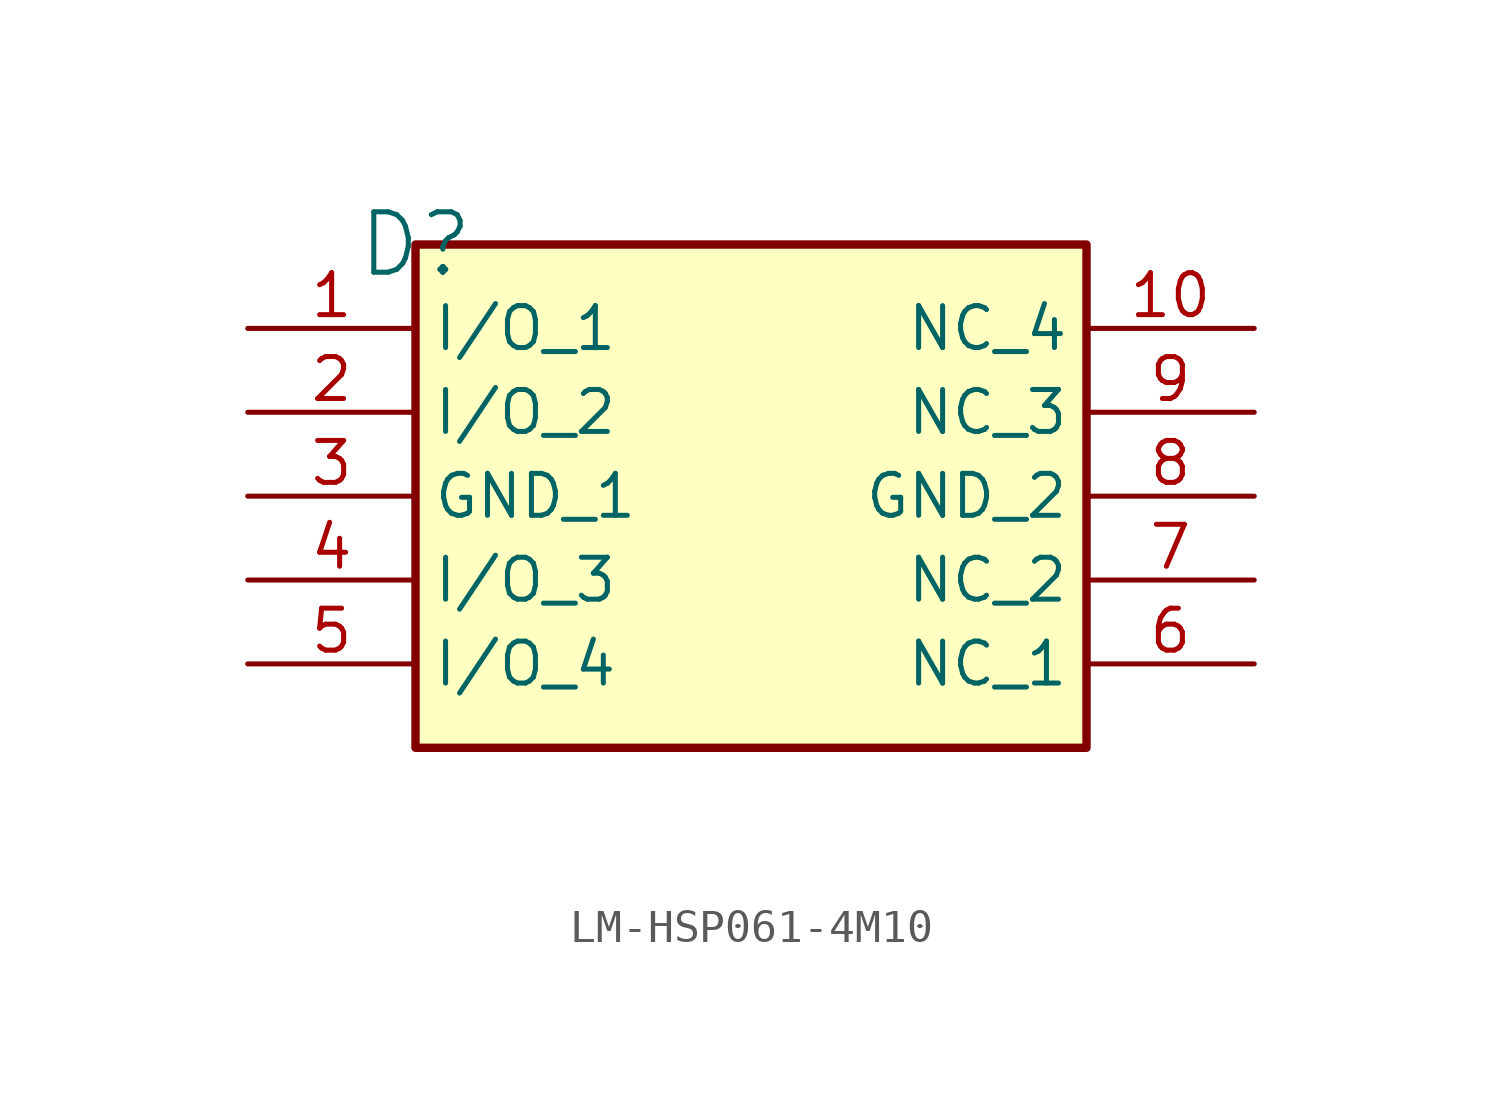
<source format=kicad_sym>
(kicad_symbol_lib
  (version 20231120)
  (generator "kicad_symbol_editor")
  (generator_version "8.0")
  (symbol "LM-HSP061-4M10"
    (property "Reference" "D"
      (at 5.08 2.54 0)
      (effects (font (size 1.829 1.829))))
    (property "Value" "${DEVICE}"
      (at 5.08 -15.24 0)
      (effects (font (size 1.829 1.829)) (justify left bottom)))
    (property "Device" ""
      (at -0.508 -15.494 0)
      (effects (font (size 1.829 1.829)) (justify left bottom) (hide yes)))
    (symbol "LM-HSP061-4M10_1_0"
      (rectangle (start 25.4 2.54) (end 5.08 -12.7) (stroke (width 0.254) (type solid) (color 128 0 0 1)) (fill (type background)))
      (pin passive line (at 0 0 0) (length 5.08) (name "I/O_1" (effects (font (size 1.27 1.27)))) (number "1" (effects (font (size 1.27 1.27)))))
      (pin passive line (at 30.48 0 180) (length 5.08) (name "NC_4" (effects (font (size 1.27 1.27)))) (number "10" (effects (font (size 1.27 1.27)))))
      (pin passive line (at 0 -2.54 0) (length 5.08) (name "I/O_2" (effects (font (size 1.27 1.27)))) (number "2" (effects (font (size 1.27 1.27)))))
      (pin passive line (at 0 -5.08 0) (length 5.08) (name "GND_1" (effects (font (size 1.27 1.27)))) (number "3" (effects (font (size 1.27 1.27)))))
      (pin passive line (at 0 -7.62 0) (length 5.08) (name "I/O_3" (effects (font (size 1.27 1.27)))) (number "4" (effects (font (size 1.27 1.27)))))
      (pin passive line (at 0 -10.16 0) (length 5.08) (name "I/O_4" (effects (font (size 1.27 1.27)))) (number "5" (effects (font (size 1.27 1.27)))))
      (pin passive line (at 30.48 -10.16 180) (length 5.08) (name "NC_1" (effects (font (size 1.27 1.27)))) (number "6" (effects (font (size 1.27 1.27)))))
      (pin passive line (at 30.48 -7.62 180) (length 5.08) (name "NC_2" (effects (font (size 1.27 1.27)))) (number "7" (effects (font (size 1.27 1.27)))))
      (pin passive line (at 30.48 -5.08 180) (length 5.08) (name "GND_2" (effects (font (size 1.27 1.27)))) (number "8" (effects (font (size 1.27 1.27)))))
      (pin passive line (at 30.48 -2.54 180) (length 5.08) (name "NC_3" (effects (font (size 1.27 1.27)))) (number "9" (effects (font (size 1.27 1.27))))))))
</source>
